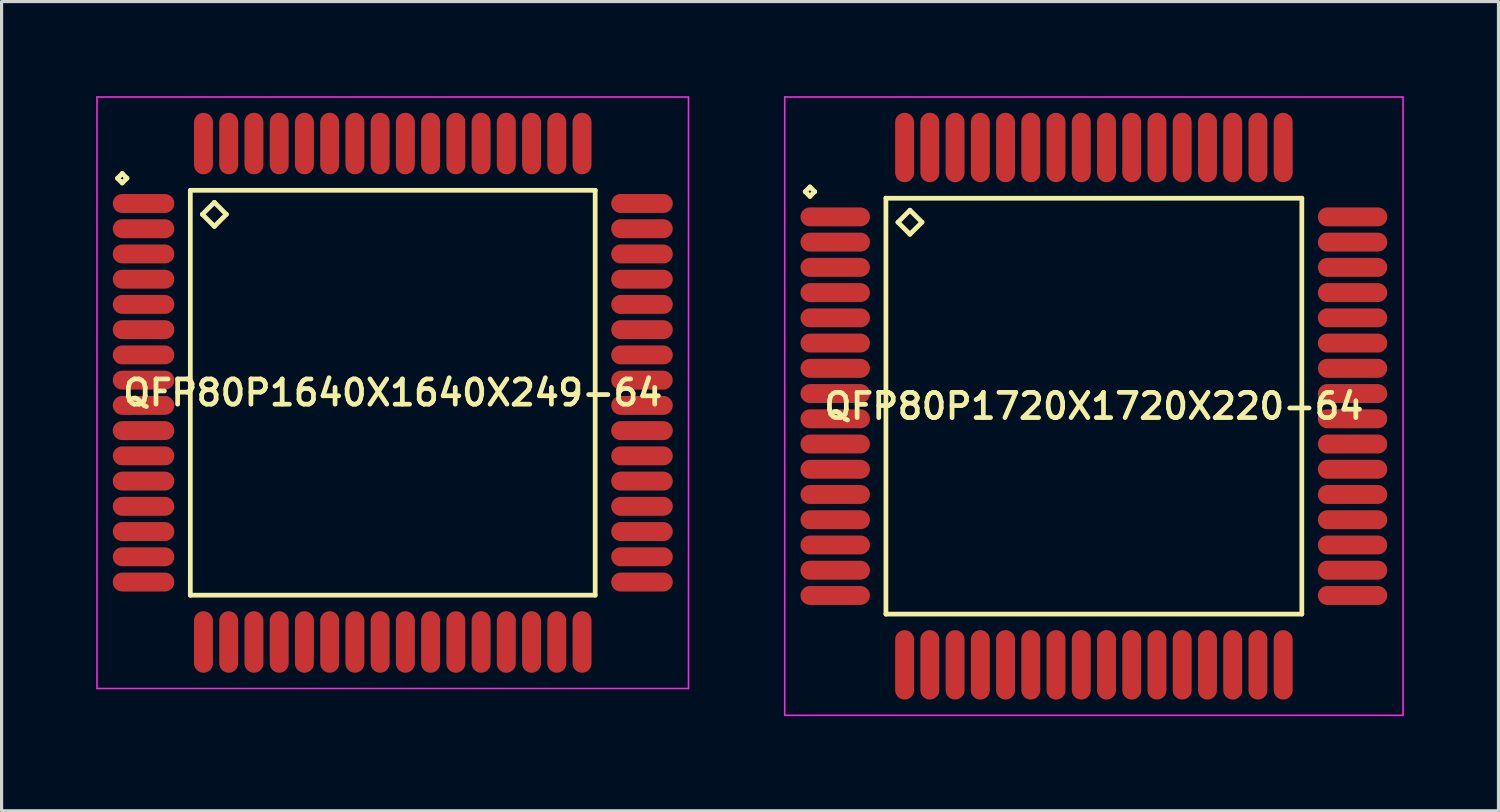
<source format=kicad_pcb>
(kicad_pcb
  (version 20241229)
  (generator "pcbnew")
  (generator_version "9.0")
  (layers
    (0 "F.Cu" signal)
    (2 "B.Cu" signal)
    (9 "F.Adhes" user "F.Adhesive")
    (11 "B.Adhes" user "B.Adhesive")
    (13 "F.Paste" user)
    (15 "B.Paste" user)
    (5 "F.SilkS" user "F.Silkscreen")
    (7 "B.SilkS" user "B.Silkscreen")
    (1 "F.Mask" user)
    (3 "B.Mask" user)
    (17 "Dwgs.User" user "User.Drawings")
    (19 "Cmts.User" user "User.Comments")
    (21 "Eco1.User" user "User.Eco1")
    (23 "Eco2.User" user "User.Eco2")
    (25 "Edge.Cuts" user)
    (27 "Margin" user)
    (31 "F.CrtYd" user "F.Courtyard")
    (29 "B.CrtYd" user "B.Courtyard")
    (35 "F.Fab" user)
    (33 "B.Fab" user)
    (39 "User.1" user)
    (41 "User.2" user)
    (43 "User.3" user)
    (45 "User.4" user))
  (footprint "QFP80P1720X1720X220-64"
    (layer "F.Cu")
    (at 31.625 9.825)
    (property "Reference" "QFP80P1720X1720X220-64" (at 0 0 0) (layer "F.SilkS") (effects (font (size 0.8 0.8) (thickness 0.15))))
    (attr smd)
    (fp_line (start -9.15 -6.8) (end -9 -6.95) (stroke (width 0.15) (type solid)) (layer "F.SilkS"))
    (fp_line (start -9 -6.95) (end -8.85 -6.8) (stroke (width 0.15) (type solid)) (layer "F.SilkS"))
    (fp_line (start -9 -6.65) (end -9.15 -6.8) (stroke (width 0.15) (type solid)) (layer "F.SilkS"))
    (fp_line (start -8.85 -6.8) (end -9 -6.65) (stroke (width 0.15) (type solid)) (layer "F.SilkS"))
    (fp_line (start -6.592 -6.592) (end -6.592 6.592) (stroke (width 0.15) (type solid)) (layer "F.SilkS"))
    (fp_line (start -6.592 6.592) (end 6.592 6.592) (stroke (width 0.15) (type solid)) (layer "F.SilkS"))
    (fp_line (start -6.211 -5.83) (end -5.83 -6.211) (stroke (width 0.15) (type solid)) (layer "F.SilkS"))
    (fp_line (start -5.83 -6.211) (end -5.449 -5.83) (stroke (width 0.15) (type solid)) (layer "F.SilkS"))
    (fp_line (start -5.83 -5.449) (end -6.211 -5.83) (stroke (width 0.15) (type solid)) (layer "F.SilkS"))
    (fp_line (start -5.449 -5.83) (end -5.83 -5.449) (stroke (width 0.15) (type solid)) (layer "F.SilkS"))
    (fp_line (start 6.592 -6.592) (end -6.592 -6.592) (stroke (width 0.15) (type solid)) (layer "F.SilkS"))
    (fp_line (start 6.592 6.592) (end 6.592 -6.592) (stroke (width 0.15) (type solid)) (layer "F.SilkS"))
    (fp_line (start -9.8 -9.8) (end 9.8 -9.8) (stroke (width 0.05) (type solid)) (layer "F.CrtYd"))
    (fp_line (start -9.8 9.8) (end -9.8 -9.8) (stroke (width 0.05) (type solid)) (layer "F.CrtYd"))
    (fp_line (start 9.8 -9.8) (end 9.8 9.8) (stroke (width 0.05) (type solid)) (layer "F.CrtYd"))
    (fp_line (start 9.8 9.8) (end -9.8 9.8) (stroke (width 0.05) (type solid)) (layer "F.CrtYd"))
    (pad "1" smd oval (at -8.2 -6) (size 2.2 0.6) (layers "F.Cu" "F.Mask" "F.Paste"))
    (pad "2" smd oval (at -8.2 -5.2) (size 2.2 0.6) (layers "F.Cu" "F.Mask" "F.Paste"))
    (pad "3" smd oval (at -8.2 -4.4) (size 2.2 0.6) (layers "F.Cu" "F.Mask" "F.Paste"))
    (pad "4" smd oval (at -8.2 -3.6) (size 2.2 0.6) (layers "F.Cu" "F.Mask" "F.Paste"))
    (pad "5" smd oval (at -8.2 -2.8) (size 2.2 0.6) (layers "F.Cu" "F.Mask" "F.Paste"))
    (pad "6" smd oval (at -8.2 -2) (size 2.2 0.6) (layers "F.Cu" "F.Mask" "F.Paste"))
    (pad "7" smd oval (at -8.2 -1.2) (size 2.2 0.6) (layers "F.Cu" "F.Mask" "F.Paste"))
    (pad "8" smd oval (at -8.2 -0.4) (size 2.2 0.6) (layers "F.Cu" "F.Mask" "F.Paste"))
    (pad "9" smd oval (at -8.2 0.4) (size 2.2 0.6) (layers "F.Cu" "F.Mask" "F.Paste"))
    (pad "10" smd oval (at -8.2 1.2) (size 2.2 0.6) (layers "F.Cu" "F.Mask" "F.Paste"))
    (pad "11" smd oval (at -8.2 2) (size 2.2 0.6) (layers "F.Cu" "F.Mask" "F.Paste"))
    (pad "12" smd oval (at -8.2 2.8) (size 2.2 0.6) (layers "F.Cu" "F.Mask" "F.Paste"))
    (pad "13" smd oval (at -8.2 3.6) (size 2.2 0.6) (layers "F.Cu" "F.Mask" "F.Paste"))
    (pad "14" smd oval (at -8.2 4.4) (size 2.2 0.6) (layers "F.Cu" "F.Mask" "F.Paste"))
    (pad "15" smd oval (at -8.2 5.2) (size 2.2 0.6) (layers "F.Cu" "F.Mask" "F.Paste"))
    (pad "16" smd oval (at -8.2 6) (size 2.2 0.6) (layers "F.Cu" "F.Mask" "F.Paste"))
    (pad "17" smd oval (at -6 8.2) (size 0.6 2.2) (layers "F.Cu" "F.Mask" "F.Paste"))
    (pad "18" smd oval (at -5.2 8.2) (size 0.6 2.2) (layers "F.Cu" "F.Mask" "F.Paste"))
    (pad "19" smd oval (at -4.4 8.2) (size 0.6 2.2) (layers "F.Cu" "F.Mask" "F.Paste"))
    (pad "20" smd oval (at -3.6 8.2) (size 0.6 2.2) (layers "F.Cu" "F.Mask" "F.Paste"))
    (pad "21" smd oval (at -2.8 8.2) (size 0.6 2.2) (layers "F.Cu" "F.Mask" "F.Paste"))
    (pad "22" smd oval (at -2 8.2) (size 0.6 2.2) (layers "F.Cu" "F.Mask" "F.Paste"))
    (pad "23" smd oval (at -1.2 8.2) (size 0.6 2.2) (layers "F.Cu" "F.Mask" "F.Paste"))
    (pad "24" smd oval (at -0.4 8.2) (size 0.6 2.2) (layers "F.Cu" "F.Mask" "F.Paste"))
    (pad "25" smd oval (at 0.4 8.2) (size 0.6 2.2) (layers "F.Cu" "F.Mask" "F.Paste"))
    (pad "26" smd oval (at 1.2 8.2) (size 0.6 2.2) (layers "F.Cu" "F.Mask" "F.Paste"))
    (pad "27" smd oval (at 2 8.2) (size 0.6 2.2) (layers "F.Cu" "F.Mask" "F.Paste"))
    (pad "28" smd oval (at 2.8 8.2) (size 0.6 2.2) (layers "F.Cu" "F.Mask" "F.Paste"))
    (pad "29" smd oval (at 3.6 8.2) (size 0.6 2.2) (layers "F.Cu" "F.Mask" "F.Paste"))
    (pad "30" smd oval (at 4.4 8.2) (size 0.6 2.2) (layers "F.Cu" "F.Mask" "F.Paste"))
    (pad "31" smd oval (at 5.2 8.2) (size 0.6 2.2) (layers "F.Cu" "F.Mask" "F.Paste"))
    (pad "32" smd oval (at 6 8.2) (size 0.6 2.2) (layers "F.Cu" "F.Mask" "F.Paste"))
    (pad "33" smd oval (at 8.2 6) (size 2.2 0.6) (layers "F.Cu" "F.Mask" "F.Paste"))
    (pad "34" smd oval (at 8.2 5.2) (size 2.2 0.6) (layers "F.Cu" "F.Mask" "F.Paste"))
    (pad "35" smd oval (at 8.2 4.4) (size 2.2 0.6) (layers "F.Cu" "F.Mask" "F.Paste"))
    (pad "36" smd oval (at 8.2 3.6) (size 2.2 0.6) (layers "F.Cu" "F.Mask" "F.Paste"))
    (pad "37" smd oval (at 8.2 2.8) (size 2.2 0.6) (layers "F.Cu" "F.Mask" "F.Paste"))
    (pad "38" smd oval (at 8.2 2) (size 2.2 0.6) (layers "F.Cu" "F.Mask" "F.Paste"))
    (pad "39" smd oval (at 8.2 1.2) (size 2.2 0.6) (layers "F.Cu" "F.Mask" "F.Paste"))
    (pad "40" smd oval (at 8.2 0.4) (size 2.2 0.6) (layers "F.Cu" "F.Mask" "F.Paste"))
    (pad "41" smd oval (at 8.2 -0.4) (size 2.2 0.6) (layers "F.Cu" "F.Mask" "F.Paste"))
    (pad "42" smd oval (at 8.2 -1.2) (size 2.2 0.6) (layers "F.Cu" "F.Mask" "F.Paste"))
    (pad "43" smd oval (at 8.2 -2) (size 2.2 0.6) (layers "F.Cu" "F.Mask" "F.Paste"))
    (pad "44" smd oval (at 8.2 -2.8) (size 2.2 0.6) (layers "F.Cu" "F.Mask" "F.Paste"))
    (pad "45" smd oval (at 8.2 -3.6) (size 2.2 0.6) (layers "F.Cu" "F.Mask" "F.Paste"))
    (pad "46" smd oval (at 8.2 -4.4) (size 2.2 0.6) (layers "F.Cu" "F.Mask" "F.Paste"))
    (pad "47" smd oval (at 8.2 -5.2) (size 2.2 0.6) (layers "F.Cu" "F.Mask" "F.Paste"))
    (pad "48" smd oval (at 8.2 -6) (size 2.2 0.6) (layers "F.Cu" "F.Mask" "F.Paste"))
    (pad "49" smd oval (at 6 -8.2) (size 0.6 2.2) (layers "F.Cu" "F.Mask" "F.Paste"))
    (pad "50" smd oval (at 5.2 -8.2) (size 0.6 2.2) (layers "F.Cu" "F.Mask" "F.Paste"))
    (pad "51" smd oval (at 4.4 -8.2) (size 0.6 2.2) (layers "F.Cu" "F.Mask" "F.Paste"))
    (pad "52" smd oval (at 3.6 -8.2) (size 0.6 2.2) (layers "F.Cu" "F.Mask" "F.Paste"))
    (pad "53" smd oval (at 2.8 -8.2) (size 0.6 2.2) (layers "F.Cu" "F.Mask" "F.Paste"))
    (pad "54" smd oval (at 2 -8.2) (size 0.6 2.2) (layers "F.Cu" "F.Mask" "F.Paste"))
    (pad "55" smd oval (at 1.2 -8.2) (size 0.6 2.2) (layers "F.Cu" "F.Mask" "F.Paste"))
    (pad "56" smd oval (at 0.4 -8.2) (size 0.6 2.2) (layers "F.Cu" "F.Mask" "F.Paste"))
    (pad "57" smd oval (at -0.4 -8.2) (size 0.6 2.2) (layers "F.Cu" "F.Mask" "F.Paste"))
    (pad "58" smd oval (at -1.2 -8.2) (size 0.6 2.2) (layers "F.Cu" "F.Mask" "F.Paste"))
    (pad "59" smd oval (at -2 -8.2) (size 0.6 2.2) (layers "F.Cu" "F.Mask" "F.Paste"))
    (pad "60" smd oval (at -2.8 -8.2) (size 0.6 2.2) (layers "F.Cu" "F.Mask" "F.Paste"))
    (pad "61" smd oval (at -3.6 -8.2) (size 0.6 2.2) (layers "F.Cu" "F.Mask" "F.Paste"))
    (pad "62" smd oval (at -4.4 -8.2) (size 0.6 2.2) (layers "F.Cu" "F.Mask" "F.Paste"))
    (pad "63" smd oval (at -5.2 -8.2) (size 0.6 2.2) (layers "F.Cu" "F.Mask" "F.Paste"))
    (pad "64" smd oval (at -6 -8.2) (size 0.6 2.2) (layers "F.Cu" "F.Mask" "F.Paste")))
  (footprint "QFP80P1640X1640X249-64"
    (layer "F.Cu")
    (at 9.4 9.4)
    (property "Reference" "QFP80P1640X1640X249-64" (at 0 0 0) (layer "F.SilkS") (effects (font (size 0.8 0.8) (thickness 0.15))))
    (attr smd)
    (fp_line (start -8.725 -6.8) (end -8.575 -6.95) (stroke (width 0.15) (type solid)) (layer "F.SilkS"))
    (fp_line (start -8.575 -6.95) (end -8.425 -6.8) (stroke (width 0.15) (type solid)) (layer "F.SilkS"))
    (fp_line (start -8.575 -6.65) (end -8.725 -6.8) (stroke (width 0.15) (type solid)) (layer "F.SilkS"))
    (fp_line (start -8.425 -6.8) (end -8.575 -6.65) (stroke (width 0.15) (type solid)) (layer "F.SilkS"))
    (fp_line (start -6.417 -6.417) (end -6.417 6.417) (stroke (width 0.15) (type solid)) (layer "F.SilkS"))
    (fp_line (start -6.417 6.417) (end 6.417 6.417) (stroke (width 0.15) (type solid)) (layer "F.SilkS"))
    (fp_line (start -6.036 -5.655) (end -5.655 -6.036) (stroke (width 0.15) (type solid)) (layer "F.SilkS"))
    (fp_line (start -5.655 -6.036) (end -5.274 -5.655) (stroke (width 0.15) (type solid)) (layer "F.SilkS"))
    (fp_line (start -5.655 -5.274) (end -6.036 -5.655) (stroke (width 0.15) (type solid)) (layer "F.SilkS"))
    (fp_line (start -5.274 -5.655) (end -5.655 -5.274) (stroke (width 0.15) (type solid)) (layer "F.SilkS"))
    (fp_line (start 6.417 -6.417) (end -6.417 -6.417) (stroke (width 0.15) (type solid)) (layer "F.SilkS"))
    (fp_line (start 6.417 6.417) (end 6.417 -6.417) (stroke (width 0.15) (type solid)) (layer "F.SilkS"))
    (fp_line (start -9.375 -9.375) (end 9.375 -9.375) (stroke (width 0.05) (type solid)) (layer "F.CrtYd"))
    (fp_line (start -9.375 9.375) (end -9.375 -9.375) (stroke (width 0.05) (type solid)) (layer "F.CrtYd"))
    (fp_line (start 9.375 -9.375) (end 9.375 9.375) (stroke (width 0.05) (type solid)) (layer "F.CrtYd"))
    (fp_line (start 9.375 9.375) (end -9.375 9.375) (stroke (width 0.05) (type solid)) (layer "F.CrtYd"))
    (pad "1" smd oval (at -7.9 -6) (size 1.95 0.6) (layers "F.Cu" "F.Mask" "F.Paste"))
    (pad "2" smd oval (at -7.9 -5.2) (size 1.95 0.6) (layers "F.Cu" "F.Mask" "F.Paste"))
    (pad "3" smd oval (at -7.9 -4.4) (size 1.95 0.6) (layers "F.Cu" "F.Mask" "F.Paste"))
    (pad "4" smd oval (at -7.9 -3.6) (size 1.95 0.6) (layers "F.Cu" "F.Mask" "F.Paste"))
    (pad "5" smd oval (at -7.9 -2.8) (size 1.95 0.6) (layers "F.Cu" "F.Mask" "F.Paste"))
    (pad "6" smd oval (at -7.9 -2) (size 1.95 0.6) (layers "F.Cu" "F.Mask" "F.Paste"))
    (pad "7" smd oval (at -7.9 -1.2) (size 1.95 0.6) (layers "F.Cu" "F.Mask" "F.Paste"))
    (pad "8" smd oval (at -7.9 -0.4) (size 1.95 0.6) (layers "F.Cu" "F.Mask" "F.Paste"))
    (pad "9" smd oval (at -7.9 0.4) (size 1.95 0.6) (layers "F.Cu" "F.Mask" "F.Paste"))
    (pad "10" smd oval (at -7.9 1.2) (size 1.95 0.6) (layers "F.Cu" "F.Mask" "F.Paste"))
    (pad "11" smd oval (at -7.9 2) (size 1.95 0.6) (layers "F.Cu" "F.Mask" "F.Paste"))
    (pad "12" smd oval (at -7.9 2.8) (size 1.95 0.6) (layers "F.Cu" "F.Mask" "F.Paste"))
    (pad "13" smd oval (at -7.9 3.6) (size 1.95 0.6) (layers "F.Cu" "F.Mask" "F.Paste"))
    (pad "14" smd oval (at -7.9 4.4) (size 1.95 0.6) (layers "F.Cu" "F.Mask" "F.Paste"))
    (pad "15" smd oval (at -7.9 5.2) (size 1.95 0.6) (layers "F.Cu" "F.Mask" "F.Paste"))
    (pad "16" smd oval (at -7.9 6) (size 1.95 0.6) (layers "F.Cu" "F.Mask" "F.Paste"))
    (pad "17" smd oval (at -6 7.9) (size 0.6 1.95) (layers "F.Cu" "F.Mask" "F.Paste"))
    (pad "18" smd oval (at -5.2 7.9) (size 0.6 1.95) (layers "F.Cu" "F.Mask" "F.Paste"))
    (pad "19" smd oval (at -4.4 7.9) (size 0.6 1.95) (layers "F.Cu" "F.Mask" "F.Paste"))
    (pad "20" smd oval (at -3.6 7.9) (size 0.6 1.95) (layers "F.Cu" "F.Mask" "F.Paste"))
    (pad "21" smd oval (at -2.8 7.9) (size 0.6 1.95) (layers "F.Cu" "F.Mask" "F.Paste"))
    (pad "22" smd oval (at -2 7.9) (size 0.6 1.95) (layers "F.Cu" "F.Mask" "F.Paste"))
    (pad "23" smd oval (at -1.2 7.9) (size 0.6 1.95) (layers "F.Cu" "F.Mask" "F.Paste"))
    (pad "24" smd oval (at -0.4 7.9) (size 0.6 1.95) (layers "F.Cu" "F.Mask" "F.Paste"))
    (pad "25" smd oval (at 0.4 7.9) (size 0.6 1.95) (layers "F.Cu" "F.Mask" "F.Paste"))
    (pad "26" smd oval (at 1.2 7.9) (size 0.6 1.95) (layers "F.Cu" "F.Mask" "F.Paste"))
    (pad "27" smd oval (at 2 7.9) (size 0.6 1.95) (layers "F.Cu" "F.Mask" "F.Paste"))
    (pad "28" smd oval (at 2.8 7.9) (size 0.6 1.95) (layers "F.Cu" "F.Mask" "F.Paste"))
    (pad "29" smd oval (at 3.6 7.9) (size 0.6 1.95) (layers "F.Cu" "F.Mask" "F.Paste"))
    (pad "30" smd oval (at 4.4 7.9) (size 0.6 1.95) (layers "F.Cu" "F.Mask" "F.Paste"))
    (pad "31" smd oval (at 5.2 7.9) (size 0.6 1.95) (layers "F.Cu" "F.Mask" "F.Paste"))
    (pad "32" smd oval (at 6 7.9) (size 0.6 1.95) (layers "F.Cu" "F.Mask" "F.Paste"))
    (pad "33" smd oval (at 7.9 6) (size 1.95 0.6) (layers "F.Cu" "F.Mask" "F.Paste"))
    (pad "34" smd oval (at 7.9 5.2) (size 1.95 0.6) (layers "F.Cu" "F.Mask" "F.Paste"))
    (pad "35" smd oval (at 7.9 4.4) (size 1.95 0.6) (layers "F.Cu" "F.Mask" "F.Paste"))
    (pad "36" smd oval (at 7.9 3.6) (size 1.95 0.6) (layers "F.Cu" "F.Mask" "F.Paste"))
    (pad "37" smd oval (at 7.9 2.8) (size 1.95 0.6) (layers "F.Cu" "F.Mask" "F.Paste"))
    (pad "38" smd oval (at 7.9 2) (size 1.95 0.6) (layers "F.Cu" "F.Mask" "F.Paste"))
    (pad "39" smd oval (at 7.9 1.2) (size 1.95 0.6) (layers "F.Cu" "F.Mask" "F.Paste"))
    (pad "40" smd oval (at 7.9 0.4) (size 1.95 0.6) (layers "F.Cu" "F.Mask" "F.Paste"))
    (pad "41" smd oval (at 7.9 -0.4) (size 1.95 0.6) (layers "F.Cu" "F.Mask" "F.Paste"))
    (pad "42" smd oval (at 7.9 -1.2) (size 1.95 0.6) (layers "F.Cu" "F.Mask" "F.Paste"))
    (pad "43" smd oval (at 7.9 -2) (size 1.95 0.6) (layers "F.Cu" "F.Mask" "F.Paste"))
    (pad "44" smd oval (at 7.9 -2.8) (size 1.95 0.6) (layers "F.Cu" "F.Mask" "F.Paste"))
    (pad "45" smd oval (at 7.9 -3.6) (size 1.95 0.6) (layers "F.Cu" "F.Mask" "F.Paste"))
    (pad "46" smd oval (at 7.9 -4.4) (size 1.95 0.6) (layers "F.Cu" "F.Mask" "F.Paste"))
    (pad "47" smd oval (at 7.9 -5.2) (size 1.95 0.6) (layers "F.Cu" "F.Mask" "F.Paste"))
    (pad "48" smd oval (at 7.9 -6) (size 1.95 0.6) (layers "F.Cu" "F.Mask" "F.Paste"))
    (pad "49" smd oval (at 6 -7.9) (size 0.6 1.95) (layers "F.Cu" "F.Mask" "F.Paste"))
    (pad "50" smd oval (at 5.2 -7.9) (size 0.6 1.95) (layers "F.Cu" "F.Mask" "F.Paste"))
    (pad "51" smd oval (at 4.4 -7.9) (size 0.6 1.95) (layers "F.Cu" "F.Mask" "F.Paste"))
    (pad "52" smd oval (at 3.6 -7.9) (size 0.6 1.95) (layers "F.Cu" "F.Mask" "F.Paste"))
    (pad "53" smd oval (at 2.8 -7.9) (size 0.6 1.95) (layers "F.Cu" "F.Mask" "F.Paste"))
    (pad "54" smd oval (at 2 -7.9) (size 0.6 1.95) (layers "F.Cu" "F.Mask" "F.Paste"))
    (pad "55" smd oval (at 1.2 -7.9) (size 0.6 1.95) (layers "F.Cu" "F.Mask" "F.Paste"))
    (pad "56" smd oval (at 0.4 -7.9) (size 0.6 1.95) (layers "F.Cu" "F.Mask" "F.Paste"))
    (pad "57" smd oval (at -0.4 -7.9) (size 0.6 1.95) (layers "F.Cu" "F.Mask" "F.Paste"))
    (pad "58" smd oval (at -1.2 -7.9) (size 0.6 1.95) (layers "F.Cu" "F.Mask" "F.Paste"))
    (pad "59" smd oval (at -2 -7.9) (size 0.6 1.95) (layers "F.Cu" "F.Mask" "F.Paste"))
    (pad "60" smd oval (at -2.8 -7.9) (size 0.6 1.95) (layers "F.Cu" "F.Mask" "F.Paste"))
    (pad "61" smd oval (at -3.6 -7.9) (size 0.6 1.95) (layers "F.Cu" "F.Mask" "F.Paste"))
    (pad "62" smd oval (at -4.4 -7.9) (size 0.6 1.95) (layers "F.Cu" "F.Mask" "F.Paste"))
    (pad "63" smd oval (at -5.2 -7.9) (size 0.6 1.95) (layers "F.Cu" "F.Mask" "F.Paste"))
    (pad "64" smd oval (at -6 -7.9) (size 0.6 1.95) (layers "F.Cu" "F.Mask" "F.Paste")))
  (gr_rect
    (start -3 -3)
    (end 44.45 22.65)
    (stroke (width 0.1) (type default))
    (fill no)
    (layer "Edge.Cuts")))
</source>
